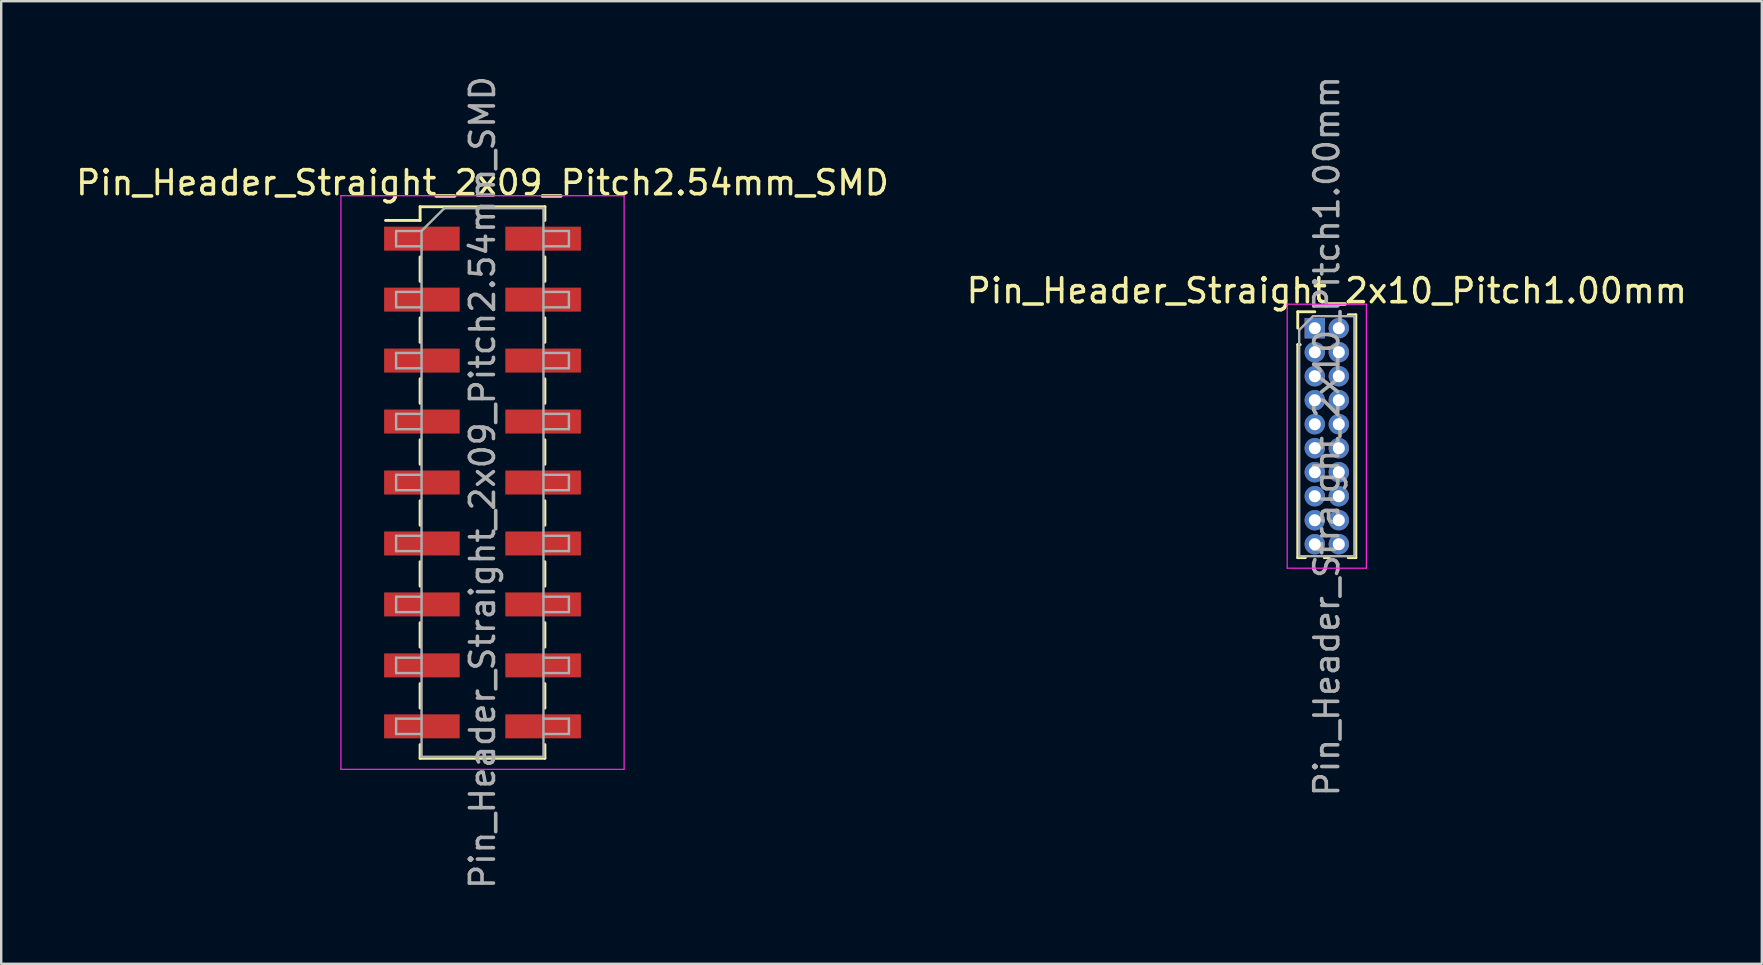
<source format=kicad_pcb>
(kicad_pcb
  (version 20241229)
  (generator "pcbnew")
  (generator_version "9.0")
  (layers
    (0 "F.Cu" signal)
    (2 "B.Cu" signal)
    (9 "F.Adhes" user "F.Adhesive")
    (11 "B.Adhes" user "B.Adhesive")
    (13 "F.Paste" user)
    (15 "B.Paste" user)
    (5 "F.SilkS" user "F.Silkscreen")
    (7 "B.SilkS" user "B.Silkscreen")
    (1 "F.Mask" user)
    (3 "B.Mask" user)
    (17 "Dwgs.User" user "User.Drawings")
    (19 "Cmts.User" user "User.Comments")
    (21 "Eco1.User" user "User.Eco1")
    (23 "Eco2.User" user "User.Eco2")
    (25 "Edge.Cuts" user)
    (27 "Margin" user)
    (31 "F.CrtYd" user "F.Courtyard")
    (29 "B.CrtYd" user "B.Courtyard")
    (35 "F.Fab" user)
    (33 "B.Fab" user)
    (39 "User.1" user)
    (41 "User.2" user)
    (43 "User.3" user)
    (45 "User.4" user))
  (footprint "Pin_Header_Straight_2x10_Pitch1.00mm"
    (layer "F.Cu")
    (at 51.732 10.625)
    (property "Reference" "Pin_Header_Straight_2x10_Pitch1.00mm" (at 0.5 -1.56 0) (layer "F.SilkS") (effects (font (size 1 1) (thickness 0.15))))
    (attr through_hole)
    (fp_line (start -0.71 -0.685) (end 0 -0.685) (stroke (width 0.12) (type solid)) (layer "F.SilkS"))
    (fp_line (start -0.71 0) (end -0.71 -0.685) (stroke (width 0.12) (type solid)) (layer "F.SilkS"))
    (fp_line (start -0.71 0.685) (end -0.71 9.56) (stroke (width 0.12) (type solid)) (layer "F.SilkS"))
    (fp_line (start -0.71 0.685) (end -0.608 0.685) (stroke (width 0.12) (type solid)) (layer "F.SilkS"))
    (fp_line (start -0.71 9.56) (end -0.394 9.56) (stroke (width 0.12) (type solid)) (layer "F.SilkS"))
    (fp_line (start 0.394 9.56) (end 0.606 9.56) (stroke (width 0.12) (type solid)) (layer "F.SilkS"))
    (fp_line (start 1.394 -0.56) (end 1.71 -0.56) (stroke (width 0.12) (type solid)) (layer "F.SilkS"))
    (fp_line (start 1.394 9.56) (end 1.71 9.56) (stroke (width 0.12) (type solid)) (layer "F.SilkS"))
    (fp_line (start 1.71 -0.56) (end 1.71 9.56) (stroke (width 0.12) (type solid)) (layer "F.SilkS"))
    (fp_line (start -1.15 -1) (end -1.15 10) (stroke (width 0.05) (type solid)) (layer "F.CrtYd"))
    (fp_line (start -1.15 10) (end 2.15 10) (stroke (width 0.05) (type solid)) (layer "F.CrtYd"))
    (fp_line (start 2.15 -1) (end -1.15 -1) (stroke (width 0.05) (type solid)) (layer "F.CrtYd"))
    (fp_line (start 2.15 10) (end 2.15 -1) (stroke (width 0.05) (type solid)) (layer "F.CrtYd"))
    (fp_line (start -0.65 0.075) (end -0.075 -0.5) (stroke (width 0.1) (type solid)) (layer "F.Fab"))
    (fp_line (start -0.65 9.5) (end -0.65 0.075) (stroke (width 0.1) (type solid)) (layer "F.Fab"))
    (fp_line (start -0.075 -0.5) (end 1.65 -0.5) (stroke (width 0.1) (type solid)) (layer "F.Fab"))
    (fp_line (start 1.65 -0.5) (end 1.65 9.5) (stroke (width 0.1) (type solid)) (layer "F.Fab"))
    (fp_line (start 1.65 9.5) (end -0.65 9.5) (stroke (width 0.1) (type solid)) (layer "F.Fab"))
    (fp_text user "${REFERENCE}" (at 0.5 4.5 90) (layer "F.Fab") (effects (font (size 1 1) (thickness 0.15))))
    (pad "1" thru_hole rect (at 0 0) (size 0.85 0.85) (drill 0.5) (layers "*.Cu" "*.Mask"))
    (pad "2" thru_hole oval (at 1 0) (size 0.85 0.85) (drill 0.5) (layers "*.Cu" "*.Mask"))
    (pad "3" thru_hole oval (at 0 1) (size 0.85 0.85) (drill 0.5) (layers "*.Cu" "*.Mask"))
    (pad "4" thru_hole oval (at 1 1) (size 0.85 0.85) (drill 0.5) (layers "*.Cu" "*.Mask"))
    (pad "5" thru_hole oval (at 0 2) (size 0.85 0.85) (drill 0.5) (layers "*.Cu" "*.Mask"))
    (pad "6" thru_hole oval (at 1 2) (size 0.85 0.85) (drill 0.5) (layers "*.Cu" "*.Mask"))
    (pad "7" thru_hole oval (at 0 3) (size 0.85 0.85) (drill 0.5) (layers "*.Cu" "*.Mask"))
    (pad "8" thru_hole oval (at 1 3) (size 0.85 0.85) (drill 0.5) (layers "*.Cu" "*.Mask"))
    (pad "9" thru_hole oval (at 0 4) (size 0.85 0.85) (drill 0.5) (layers "*.Cu" "*.Mask"))
    (pad "10" thru_hole oval (at 1 4) (size 0.85 0.85) (drill 0.5) (layers "*.Cu" "*.Mask"))
    (pad "11" thru_hole oval (at 0 5) (size 0.85 0.85) (drill 0.5) (layers "*.Cu" "*.Mask"))
    (pad "12" thru_hole oval (at 1 5) (size 0.85 0.85) (drill 0.5) (layers "*.Cu" "*.Mask"))
    (pad "13" thru_hole oval (at 0 6) (size 0.85 0.85) (drill 0.5) (layers "*.Cu" "*.Mask"))
    (pad "14" thru_hole oval (at 1 6) (size 0.85 0.85) (drill 0.5) (layers "*.Cu" "*.Mask"))
    (pad "15" thru_hole oval (at 0 7) (size 0.85 0.85) (drill 0.5) (layers "*.Cu" "*.Mask"))
    (pad "16" thru_hole oval (at 1 7) (size 0.85 0.85) (drill 0.5) (layers "*.Cu" "*.Mask"))
    (pad "17" thru_hole oval (at 0 8) (size 0.85 0.85) (drill 0.5) (layers "*.Cu" "*.Mask"))
    (pad "18" thru_hole oval (at 1 8) (size 0.85 0.85) (drill 0.5) (layers "*.Cu" "*.Mask"))
    (pad "19" thru_hole oval (at 0 9) (size 0.85 0.85) (drill 0.5) (layers "*.Cu" "*.Mask"))
    (pad "20" thru_hole oval (at 1 9) (size 0.85 0.85) (drill 0.5) (layers "*.Cu" "*.Mask")))
  (footprint "Pin_Header_Straight_2x09_Pitch2.54mm_SMD"
    (layer "F.Cu")
    (at 17.054 17.054)
    (property "Reference" "Pin_Header_Straight_2x09_Pitch2.54mm_SMD" (at 0 -12.49 0) (layer "F.SilkS") (effects (font (size 1 1) (thickness 0.15))))
    (attr smd)
    (fp_line (start -4.04 -10.92) (end -2.6 -10.92) (stroke (width 0.12) (type solid)) (layer "F.SilkS"))
    (fp_line (start -2.6 -11.49) (end -2.6 -10.92) (stroke (width 0.12) (type solid)) (layer "F.SilkS"))
    (fp_line (start -2.6 -11.49) (end 2.6 -11.49) (stroke (width 0.12) (type solid)) (layer "F.SilkS"))
    (fp_line (start -2.6 -9.4) (end -2.6 -8.38) (stroke (width 0.12) (type solid)) (layer "F.SilkS"))
    (fp_line (start -2.6 -6.86) (end -2.6 -5.84) (stroke (width 0.12) (type solid)) (layer "F.SilkS"))
    (fp_line (start -2.6 -4.32) (end -2.6 -3.3) (stroke (width 0.12) (type solid)) (layer "F.SilkS"))
    (fp_line (start -2.6 -1.78) (end -2.6 -0.76) (stroke (width 0.12) (type solid)) (layer "F.SilkS"))
    (fp_line (start -2.6 0.76) (end -2.6 1.78) (stroke (width 0.12) (type solid)) (layer "F.SilkS"))
    (fp_line (start -2.6 3.3) (end -2.6 4.32) (stroke (width 0.12) (type solid)) (layer "F.SilkS"))
    (fp_line (start -2.6 5.84) (end -2.6 6.86) (stroke (width 0.12) (type solid)) (layer "F.SilkS"))
    (fp_line (start -2.6 8.38) (end -2.6 9.4) (stroke (width 0.12) (type solid)) (layer "F.SilkS"))
    (fp_line (start -2.6 10.92) (end -2.6 11.49) (stroke (width 0.12) (type solid)) (layer "F.SilkS"))
    (fp_line (start -2.6 11.49) (end 2.6 11.49) (stroke (width 0.12) (type solid)) (layer "F.SilkS"))
    (fp_line (start 2.6 -11.49) (end 2.6 -10.92) (stroke (width 0.12) (type solid)) (layer "F.SilkS"))
    (fp_line (start 2.6 -9.4) (end 2.6 -8.38) (stroke (width 0.12) (type solid)) (layer "F.SilkS"))
    (fp_line (start 2.6 -6.86) (end 2.6 -5.84) (stroke (width 0.12) (type solid)) (layer "F.SilkS"))
    (fp_line (start 2.6 -4.32) (end 2.6 -3.3) (stroke (width 0.12) (type solid)) (layer "F.SilkS"))
    (fp_line (start 2.6 -1.78) (end 2.6 -0.76) (stroke (width 0.12) (type solid)) (layer "F.SilkS"))
    (fp_line (start 2.6 0.76) (end 2.6 1.78) (stroke (width 0.12) (type solid)) (layer "F.SilkS"))
    (fp_line (start 2.6 3.3) (end 2.6 4.32) (stroke (width 0.12) (type solid)) (layer "F.SilkS"))
    (fp_line (start 2.6 5.84) (end 2.6 6.86) (stroke (width 0.12) (type solid)) (layer "F.SilkS"))
    (fp_line (start 2.6 8.38) (end 2.6 9.4) (stroke (width 0.12) (type solid)) (layer "F.SilkS"))
    (fp_line (start 2.6 10.92) (end 2.6 11.49) (stroke (width 0.12) (type solid)) (layer "F.SilkS"))
    (fp_line (start -5.9 -11.95) (end -5.9 11.95) (stroke (width 0.05) (type solid)) (layer "F.CrtYd"))
    (fp_line (start -5.9 11.95) (end 5.9 11.95) (stroke (width 0.05) (type solid)) (layer "F.CrtYd"))
    (fp_line (start 5.9 -11.95) (end -5.9 -11.95) (stroke (width 0.05) (type solid)) (layer "F.CrtYd"))
    (fp_line (start 5.9 11.95) (end 5.9 -11.95) (stroke (width 0.05) (type solid)) (layer "F.CrtYd"))
    (fp_line (start -3.6 -10.48) (end -3.6 -9.84) (stroke (width 0.1) (type solid)) (layer "F.Fab"))
    (fp_line (start -3.6 -9.84) (end -2.54 -9.84) (stroke (width 0.1) (type solid)) (layer "F.Fab"))
    (fp_line (start -3.6 -7.94) (end -3.6 -7.3) (stroke (width 0.1) (type solid)) (layer "F.Fab"))
    (fp_line (start -3.6 -7.3) (end -2.54 -7.3) (stroke (width 0.1) (type solid)) (layer "F.Fab"))
    (fp_line (start -3.6 -5.4) (end -3.6 -4.76) (stroke (width 0.1) (type solid)) (layer "F.Fab"))
    (fp_line (start -3.6 -4.76) (end -2.54 -4.76) (stroke (width 0.1) (type solid)) (layer "F.Fab"))
    (fp_line (start -3.6 -2.86) (end -3.6 -2.22) (stroke (width 0.1) (type solid)) (layer "F.Fab"))
    (fp_line (start -3.6 -2.22) (end -2.54 -2.22) (stroke (width 0.1) (type solid)) (layer "F.Fab"))
    (fp_line (start -3.6 -0.32) (end -3.6 0.32) (stroke (width 0.1) (type solid)) (layer "F.Fab"))
    (fp_line (start -3.6 0.32) (end -2.54 0.32) (stroke (width 0.1) (type solid)) (layer "F.Fab"))
    (fp_line (start -3.6 2.22) (end -3.6 2.86) (stroke (width 0.1) (type solid)) (layer "F.Fab"))
    (fp_line (start -3.6 2.86) (end -2.54 2.86) (stroke (width 0.1) (type solid)) (layer "F.Fab"))
    (fp_line (start -3.6 4.76) (end -3.6 5.4) (stroke (width 0.1) (type solid)) (layer "F.Fab"))
    (fp_line (start -3.6 5.4) (end -2.54 5.4) (stroke (width 0.1) (type solid)) (layer "F.Fab"))
    (fp_line (start -3.6 7.3) (end -3.6 7.94) (stroke (width 0.1) (type solid)) (layer "F.Fab"))
    (fp_line (start -3.6 7.94) (end -2.54 7.94) (stroke (width 0.1) (type solid)) (layer "F.Fab"))
    (fp_line (start -3.6 9.84) (end -3.6 10.48) (stroke (width 0.1) (type solid)) (layer "F.Fab"))
    (fp_line (start -3.6 10.48) (end -2.54 10.48) (stroke (width 0.1) (type solid)) (layer "F.Fab"))
    (fp_line (start -2.54 -10.48) (end -3.6 -10.48) (stroke (width 0.1) (type solid)) (layer "F.Fab"))
    (fp_line (start -2.54 -10.48) (end -1.59 -11.43) (stroke (width 0.1) (type solid)) (layer "F.Fab"))
    (fp_line (start -2.54 -7.94) (end -3.6 -7.94) (stroke (width 0.1) (type solid)) (layer "F.Fab"))
    (fp_line (start -2.54 -5.4) (end -3.6 -5.4) (stroke (width 0.1) (type solid)) (layer "F.Fab"))
    (fp_line (start -2.54 -2.86) (end -3.6 -2.86) (stroke (width 0.1) (type solid)) (layer "F.Fab"))
    (fp_line (start -2.54 -0.32) (end -3.6 -0.32) (stroke (width 0.1) (type solid)) (layer "F.Fab"))
    (fp_line (start -2.54 2.22) (end -3.6 2.22) (stroke (width 0.1) (type solid)) (layer "F.Fab"))
    (fp_line (start -2.54 4.76) (end -3.6 4.76) (stroke (width 0.1) (type solid)) (layer "F.Fab"))
    (fp_line (start -2.54 7.3) (end -3.6 7.3) (stroke (width 0.1) (type solid)) (layer "F.Fab"))
    (fp_line (start -2.54 9.84) (end -3.6 9.84) (stroke (width 0.1) (type solid)) (layer "F.Fab"))
    (fp_line (start -2.54 11.43) (end -2.54 -10.48) (stroke (width 0.1) (type solid)) (layer "F.Fab"))
    (fp_line (start -1.59 -11.43) (end 2.54 -11.43) (stroke (width 0.1) (type solid)) (layer "F.Fab"))
    (fp_line (start 2.54 -11.43) (end 2.54 11.43) (stroke (width 0.1) (type solid)) (layer "F.Fab"))
    (fp_line (start 2.54 -10.48) (end 3.6 -10.48) (stroke (width 0.1) (type solid)) (layer "F.Fab"))
    (fp_line (start 2.54 -7.94) (end 3.6 -7.94) (stroke (width 0.1) (type solid)) (layer "F.Fab"))
    (fp_line (start 2.54 -5.4) (end 3.6 -5.4) (stroke (width 0.1) (type solid)) (layer "F.Fab"))
    (fp_line (start 2.54 -2.86) (end 3.6 -2.86) (stroke (width 0.1) (type solid)) (layer "F.Fab"))
    (fp_line (start 2.54 -0.32) (end 3.6 -0.32) (stroke (width 0.1) (type solid)) (layer "F.Fab"))
    (fp_line (start 2.54 2.22) (end 3.6 2.22) (stroke (width 0.1) (type solid)) (layer "F.Fab"))
    (fp_line (start 2.54 4.76) (end 3.6 4.76) (stroke (width 0.1) (type solid)) (layer "F.Fab"))
    (fp_line (start 2.54 7.3) (end 3.6 7.3) (stroke (width 0.1) (type solid)) (layer "F.Fab"))
    (fp_line (start 2.54 9.84) (end 3.6 9.84) (stroke (width 0.1) (type solid)) (layer "F.Fab"))
    (fp_line (start 2.54 11.43) (end -2.54 11.43) (stroke (width 0.1) (type solid)) (layer "F.Fab"))
    (fp_line (start 3.6 -10.48) (end 3.6 -9.84) (stroke (width 0.1) (type solid)) (layer "F.Fab"))
    (fp_line (start 3.6 -9.84) (end 2.54 -9.84) (stroke (width 0.1) (type solid)) (layer "F.Fab"))
    (fp_line (start 3.6 -7.94) (end 3.6 -7.3) (stroke (width 0.1) (type solid)) (layer "F.Fab"))
    (fp_line (start 3.6 -7.3) (end 2.54 -7.3) (stroke (width 0.1) (type solid)) (layer "F.Fab"))
    (fp_line (start 3.6 -5.4) (end 3.6 -4.76) (stroke (width 0.1) (type solid)) (layer "F.Fab"))
    (fp_line (start 3.6 -4.76) (end 2.54 -4.76) (stroke (width 0.1) (type solid)) (layer "F.Fab"))
    (fp_line (start 3.6 -2.86) (end 3.6 -2.22) (stroke (width 0.1) (type solid)) (layer "F.Fab"))
    (fp_line (start 3.6 -2.22) (end 2.54 -2.22) (stroke (width 0.1) (type solid)) (layer "F.Fab"))
    (fp_line (start 3.6 -0.32) (end 3.6 0.32) (stroke (width 0.1) (type solid)) (layer "F.Fab"))
    (fp_line (start 3.6 0.32) (end 2.54 0.32) (stroke (width 0.1) (type solid)) (layer "F.Fab"))
    (fp_line (start 3.6 2.22) (end 3.6 2.86) (stroke (width 0.1) (type solid)) (layer "F.Fab"))
    (fp_line (start 3.6 2.86) (end 2.54 2.86) (stroke (width 0.1) (type solid)) (layer "F.Fab"))
    (fp_line (start 3.6 4.76) (end 3.6 5.4) (stroke (width 0.1) (type solid)) (layer "F.Fab"))
    (fp_line (start 3.6 5.4) (end 2.54 5.4) (stroke (width 0.1) (type solid)) (layer "F.Fab"))
    (fp_line (start 3.6 7.3) (end 3.6 7.94) (stroke (width 0.1) (type solid)) (layer "F.Fab"))
    (fp_line (start 3.6 7.94) (end 2.54 7.94) (stroke (width 0.1) (type solid)) (layer "F.Fab"))
    (fp_line (start 3.6 9.84) (end 3.6 10.48) (stroke (width 0.1) (type solid)) (layer "F.Fab"))
    (fp_line (start 3.6 10.48) (end 2.54 10.48) (stroke (width 0.1) (type solid)) (layer "F.Fab"))
    (fp_text user "${REFERENCE}" (at 0 0 90) (layer "F.Fab") (effects (font (size 1 1) (thickness 0.15))))
    (pad "1" smd rect (at -2.525 -10.16) (size 3.15 1) (layers "F.Cu" "F.Mask" "F.Paste"))
    (pad "2" smd rect (at 2.525 -10.16) (size 3.15 1) (layers "F.Cu" "F.Mask" "F.Paste"))
    (pad "3" smd rect (at -2.525 -7.62) (size 3.15 1) (layers "F.Cu" "F.Mask" "F.Paste"))
    (pad "4" smd rect (at 2.525 -7.62) (size 3.15 1) (layers "F.Cu" "F.Mask" "F.Paste"))
    (pad "5" smd rect (at -2.525 -5.08) (size 3.15 1) (layers "F.Cu" "F.Mask" "F.Paste"))
    (pad "6" smd rect (at 2.525 -5.08) (size 3.15 1) (layers "F.Cu" "F.Mask" "F.Paste"))
    (pad "7" smd rect (at -2.525 -2.54) (size 3.15 1) (layers "F.Cu" "F.Mask" "F.Paste"))
    (pad "8" smd rect (at 2.525 -2.54) (size 3.15 1) (layers "F.Cu" "F.Mask" "F.Paste"))
    (pad "9" smd rect (at -2.525 0) (size 3.15 1) (layers "F.Cu" "F.Mask" "F.Paste"))
    (pad "10" smd rect (at 2.525 0) (size 3.15 1) (layers "F.Cu" "F.Mask" "F.Paste"))
    (pad "11" smd rect (at -2.525 2.54) (size 3.15 1) (layers "F.Cu" "F.Mask" "F.Paste"))
    (pad "12" smd rect (at 2.525 2.54) (size 3.15 1) (layers "F.Cu" "F.Mask" "F.Paste"))
    (pad "13" smd rect (at -2.525 5.08) (size 3.15 1) (layers "F.Cu" "F.Mask" "F.Paste"))
    (pad "14" smd rect (at 2.525 5.08) (size 3.15 1) (layers "F.Cu" "F.Mask" "F.Paste"))
    (pad "15" smd rect (at -2.525 7.62) (size 3.15 1) (layers "F.Cu" "F.Mask" "F.Paste"))
    (pad "16" smd rect (at 2.525 7.62) (size 3.15 1) (layers "F.Cu" "F.Mask" "F.Paste"))
    (pad "17" smd rect (at -2.525 10.16) (size 3.15 1) (layers "F.Cu" "F.Mask" "F.Paste"))
    (pad "18" smd rect (at 2.525 10.16) (size 3.15 1) (layers "F.Cu" "F.Mask" "F.Paste")))
  (gr_rect
    (start -3 -3)
    (end 70.357 37.107)
    (stroke (width 0.1) (type default))
    (fill no)
    (layer "Edge.Cuts")))
</source>
